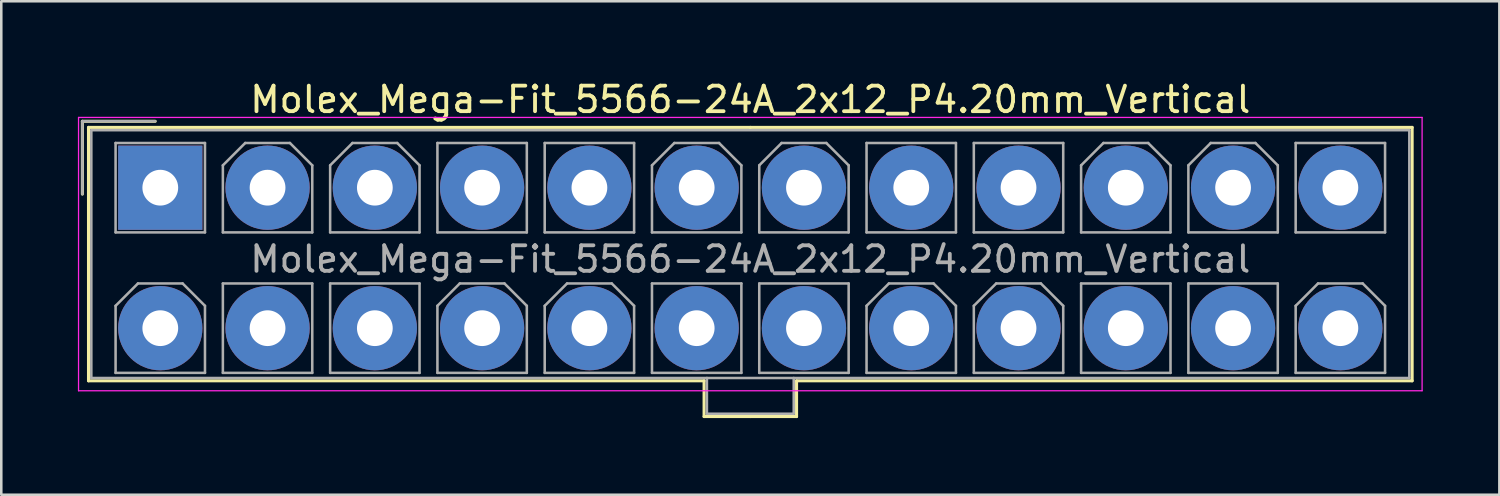
<source format=kicad_pcb>
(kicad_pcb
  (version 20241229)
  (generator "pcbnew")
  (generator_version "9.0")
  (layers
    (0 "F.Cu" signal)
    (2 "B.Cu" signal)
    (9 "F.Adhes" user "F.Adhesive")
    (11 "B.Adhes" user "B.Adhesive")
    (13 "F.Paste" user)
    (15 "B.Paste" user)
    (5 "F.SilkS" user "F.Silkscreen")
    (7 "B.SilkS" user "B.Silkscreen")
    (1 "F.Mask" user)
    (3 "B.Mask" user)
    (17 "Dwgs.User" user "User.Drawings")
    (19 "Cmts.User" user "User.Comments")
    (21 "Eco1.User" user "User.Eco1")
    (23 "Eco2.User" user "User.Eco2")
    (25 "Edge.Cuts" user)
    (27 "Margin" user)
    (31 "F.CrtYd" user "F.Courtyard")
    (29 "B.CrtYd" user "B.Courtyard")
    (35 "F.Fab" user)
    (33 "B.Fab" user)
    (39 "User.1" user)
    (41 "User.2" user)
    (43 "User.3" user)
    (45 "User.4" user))
  (footprint "Molex_Mega-Fit_5566-24A_2x12_P4.20mm_Vertical"
    (layer "F.Cu")
    (at 3.225 4.298)
    (property "Reference" "Molex_Mega-Fit_5566-24A_2x12_P4.20mm_Vertical" (at 23.1 -3.45 0) (layer "F.SilkS") (effects (font (size 1 1) (thickness 0.15))))
    (attr through_hole)
    (fp_line (start -3.05 -2.6) (end -3.05 0.25) (stroke (width 0.12) (type solid)) (layer "F.SilkS"))
    (fp_line (start -2.81 -2.36) (end -2.81 7.56) (stroke (width 0.12) (type solid)) (layer "F.SilkS"))
    (fp_line (start -2.81 7.56) (end 21.29 7.56) (stroke (width 0.12) (type solid)) (layer "F.SilkS"))
    (fp_line (start -0.2 -2.6) (end -3.05 -2.6) (stroke (width 0.12) (type solid)) (layer "F.SilkS"))
    (fp_line (start 21.29 7.56) (end 21.29 8.96) (stroke (width 0.12) (type solid)) (layer "F.SilkS"))
    (fp_line (start 21.29 8.96) (end 23.1 8.96) (stroke (width 0.12) (type solid)) (layer "F.SilkS"))
    (fp_line (start 23.1 -2.36) (end -2.81 -2.36) (stroke (width 0.12) (type solid)) (layer "F.SilkS"))
    (fp_line (start 23.1 -2.36) (end 49.01 -2.36) (stroke (width 0.12) (type solid)) (layer "F.SilkS"))
    (fp_line (start 24.91 7.56) (end 24.91 8.96) (stroke (width 0.12) (type solid)) (layer "F.SilkS"))
    (fp_line (start 24.91 8.96) (end 23.1 8.96) (stroke (width 0.12) (type solid)) (layer "F.SilkS"))
    (fp_line (start 49.01 -2.36) (end 49.01 7.56) (stroke (width 0.12) (type solid)) (layer "F.SilkS"))
    (fp_line (start 49.01 7.56) (end 24.91 7.56) (stroke (width 0.12) (type solid)) (layer "F.SilkS"))
    (fp_line (start -3.2 -2.75) (end -3.2 7.95) (stroke (width 0.05) (type solid)) (layer "F.CrtYd"))
    (fp_line (start -3.2 7.95) (end 49.4 7.95) (stroke (width 0.05) (type solid)) (layer "F.CrtYd"))
    (fp_line (start 49.4 -2.75) (end -3.2 -2.75) (stroke (width 0.05) (type solid)) (layer "F.CrtYd"))
    (fp_line (start 49.4 7.95) (end 49.4 -2.75) (stroke (width 0.05) (type solid)) (layer "F.CrtYd"))
    (fp_line (start -3.05 -2.6) (end -3.05 0.25) (stroke (width 0.1) (type solid)) (layer "F.Fab"))
    (fp_line (start -2.7 -2.25) (end -2.7 7.45) (stroke (width 0.1) (type solid)) (layer "F.Fab"))
    (fp_line (start -2.7 7.45) (end 48.9 7.45) (stroke (width 0.1) (type solid)) (layer "F.Fab"))
    (fp_line (start -1.75 -1.75) (end -1.75 1.75) (stroke (width 0.1) (type solid)) (layer "F.Fab"))
    (fp_line (start -1.75 1.75) (end 1.75 1.75) (stroke (width 0.1) (type solid)) (layer "F.Fab"))
    (fp_line (start -1.75 4.625) (end -0.875 3.75) (stroke (width 0.1) (type solid)) (layer "F.Fab"))
    (fp_line (start -1.75 7.25) (end -1.75 4.625) (stroke (width 0.1) (type solid)) (layer "F.Fab"))
    (fp_line (start -0.875 3.75) (end 0.875 3.75) (stroke (width 0.1) (type solid)) (layer "F.Fab"))
    (fp_line (start -0.2 -2.6) (end -3.05 -2.6) (stroke (width 0.1) (type solid)) (layer "F.Fab"))
    (fp_line (start 0.875 3.75) (end 1.75 4.625) (stroke (width 0.1) (type solid)) (layer "F.Fab"))
    (fp_line (start 1.75 -1.75) (end -1.75 -1.75) (stroke (width 0.1) (type solid)) (layer "F.Fab"))
    (fp_line (start 1.75 1.75) (end 1.75 -1.75) (stroke (width 0.1) (type solid)) (layer "F.Fab"))
    (fp_line (start 1.75 4.625) (end 1.75 7.25) (stroke (width 0.1) (type solid)) (layer "F.Fab"))
    (fp_line (start 1.75 7.25) (end -1.75 7.25) (stroke (width 0.1) (type solid)) (layer "F.Fab"))
    (fp_line (start 2.45 -0.875) (end 3.325 -1.75) (stroke (width 0.1) (type solid)) (layer "F.Fab"))
    (fp_line (start 2.45 1.75) (end 2.45 -0.875) (stroke (width 0.1) (type solid)) (layer "F.Fab"))
    (fp_line (start 2.45 3.75) (end 2.45 7.25) (stroke (width 0.1) (type solid)) (layer "F.Fab"))
    (fp_line (start 2.45 7.25) (end 5.95 7.25) (stroke (width 0.1) (type solid)) (layer "F.Fab"))
    (fp_line (start 3.325 -1.75) (end 5.075 -1.75) (stroke (width 0.1) (type solid)) (layer "F.Fab"))
    (fp_line (start 5.075 -1.75) (end 5.95 -0.875) (stroke (width 0.1) (type solid)) (layer "F.Fab"))
    (fp_line (start 5.95 -0.875) (end 5.95 1.75) (stroke (width 0.1) (type solid)) (layer "F.Fab"))
    (fp_line (start 5.95 1.75) (end 2.45 1.75) (stroke (width 0.1) (type solid)) (layer "F.Fab"))
    (fp_line (start 5.95 3.75) (end 2.45 3.75) (stroke (width 0.1) (type solid)) (layer "F.Fab"))
    (fp_line (start 5.95 7.25) (end 5.95 3.75) (stroke (width 0.1) (type solid)) (layer "F.Fab"))
    (fp_line (start 6.65 -0.875) (end 7.525 -1.75) (stroke (width 0.1) (type solid)) (layer "F.Fab"))
    (fp_line (start 6.65 1.75) (end 6.65 -0.875) (stroke (width 0.1) (type solid)) (layer "F.Fab"))
    (fp_line (start 6.65 3.75) (end 6.65 7.25) (stroke (width 0.1) (type solid)) (layer "F.Fab"))
    (fp_line (start 6.65 7.25) (end 10.15 7.25) (stroke (width 0.1) (type solid)) (layer "F.Fab"))
    (fp_line (start 7.525 -1.75) (end 9.275 -1.75) (stroke (width 0.1) (type solid)) (layer "F.Fab"))
    (fp_line (start 9.275 -1.75) (end 10.15 -0.875) (stroke (width 0.1) (type solid)) (layer "F.Fab"))
    (fp_line (start 10.15 -0.875) (end 10.15 1.75) (stroke (width 0.1) (type solid)) (layer "F.Fab"))
    (fp_line (start 10.15 1.75) (end 6.65 1.75) (stroke (width 0.1) (type solid)) (layer "F.Fab"))
    (fp_line (start 10.15 3.75) (end 6.65 3.75) (stroke (width 0.1) (type solid)) (layer "F.Fab"))
    (fp_line (start 10.15 7.25) (end 10.15 3.75) (stroke (width 0.1) (type solid)) (layer "F.Fab"))
    (fp_line (start 10.85 -1.75) (end 10.85 1.75) (stroke (width 0.1) (type solid)) (layer "F.Fab"))
    (fp_line (start 10.85 1.75) (end 14.35 1.75) (stroke (width 0.1) (type solid)) (layer "F.Fab"))
    (fp_line (start 10.85 4.625) (end 11.725 3.75) (stroke (width 0.1) (type solid)) (layer "F.Fab"))
    (fp_line (start 10.85 7.25) (end 10.85 4.625) (stroke (width 0.1) (type solid)) (layer "F.Fab"))
    (fp_line (start 11.725 3.75) (end 13.475 3.75) (stroke (width 0.1) (type solid)) (layer "F.Fab"))
    (fp_line (start 13.475 3.75) (end 14.35 4.625) (stroke (width 0.1) (type solid)) (layer "F.Fab"))
    (fp_line (start 14.35 -1.75) (end 10.85 -1.75) (stroke (width 0.1) (type solid)) (layer "F.Fab"))
    (fp_line (start 14.35 1.75) (end 14.35 -1.75) (stroke (width 0.1) (type solid)) (layer "F.Fab"))
    (fp_line (start 14.35 4.625) (end 14.35 7.25) (stroke (width 0.1) (type solid)) (layer "F.Fab"))
    (fp_line (start 14.35 7.25) (end 10.85 7.25) (stroke (width 0.1) (type solid)) (layer "F.Fab"))
    (fp_line (start 15.05 -1.75) (end 15.05 1.75) (stroke (width 0.1) (type solid)) (layer "F.Fab"))
    (fp_line (start 15.05 1.75) (end 18.55 1.75) (stroke (width 0.1) (type solid)) (layer "F.Fab"))
    (fp_line (start 15.05 4.625) (end 15.925 3.75) (stroke (width 0.1) (type solid)) (layer "F.Fab"))
    (fp_line (start 15.05 7.25) (end 15.05 4.625) (stroke (width 0.1) (type solid)) (layer "F.Fab"))
    (fp_line (start 15.925 3.75) (end 17.675 3.75) (stroke (width 0.1) (type solid)) (layer "F.Fab"))
    (fp_line (start 17.675 3.75) (end 18.55 4.625) (stroke (width 0.1) (type solid)) (layer "F.Fab"))
    (fp_line (start 18.55 -1.75) (end 15.05 -1.75) (stroke (width 0.1) (type solid)) (layer "F.Fab"))
    (fp_line (start 18.55 1.75) (end 18.55 -1.75) (stroke (width 0.1) (type solid)) (layer "F.Fab"))
    (fp_line (start 18.55 4.625) (end 18.55 7.25) (stroke (width 0.1) (type solid)) (layer "F.Fab"))
    (fp_line (start 18.55 7.25) (end 15.05 7.25) (stroke (width 0.1) (type solid)) (layer "F.Fab"))
    (fp_line (start 19.25 -0.875) (end 20.125 -1.75) (stroke (width 0.1) (type solid)) (layer "F.Fab"))
    (fp_line (start 19.25 1.75) (end 19.25 -0.875) (stroke (width 0.1) (type solid)) (layer "F.Fab"))
    (fp_line (start 19.25 3.75) (end 19.25 7.25) (stroke (width 0.1) (type solid)) (layer "F.Fab"))
    (fp_line (start 19.25 7.25) (end 22.75 7.25) (stroke (width 0.1) (type solid)) (layer "F.Fab"))
    (fp_line (start 20.125 -1.75) (end 21.875 -1.75) (stroke (width 0.1) (type solid)) (layer "F.Fab"))
    (fp_line (start 21.4 7.45) (end 21.4 8.85) (stroke (width 0.1) (type solid)) (layer "F.Fab"))
    (fp_line (start 21.4 8.85) (end 24.8 8.85) (stroke (width 0.1) (type solid)) (layer "F.Fab"))
    (fp_line (start 21.875 -1.75) (end 22.75 -0.875) (stroke (width 0.1) (type solid)) (layer "F.Fab"))
    (fp_line (start 22.75 -0.875) (end 22.75 1.75) (stroke (width 0.1) (type solid)) (layer "F.Fab"))
    (fp_line (start 22.75 1.75) (end 19.25 1.75) (stroke (width 0.1) (type solid)) (layer "F.Fab"))
    (fp_line (start 22.75 3.75) (end 19.25 3.75) (stroke (width 0.1) (type solid)) (layer "F.Fab"))
    (fp_line (start 22.75 7.25) (end 22.75 3.75) (stroke (width 0.1) (type solid)) (layer "F.Fab"))
    (fp_line (start 23.45 -0.875) (end 24.325 -1.75) (stroke (width 0.1) (type solid)) (layer "F.Fab"))
    (fp_line (start 23.45 1.75) (end 23.45 -0.875) (stroke (width 0.1) (type solid)) (layer "F.Fab"))
    (fp_line (start 23.45 3.75) (end 23.45 7.25) (stroke (width 0.1) (type solid)) (layer "F.Fab"))
    (fp_line (start 23.45 7.25) (end 26.95 7.25) (stroke (width 0.1) (type solid)) (layer "F.Fab"))
    (fp_line (start 24.325 -1.75) (end 26.075 -1.75) (stroke (width 0.1) (type solid)) (layer "F.Fab"))
    (fp_line (start 24.8 8.85) (end 24.8 7.45) (stroke (width 0.1) (type solid)) (layer "F.Fab"))
    (fp_line (start 26.075 -1.75) (end 26.95 -0.875) (stroke (width 0.1) (type solid)) (layer "F.Fab"))
    (fp_line (start 26.95 -0.875) (end 26.95 1.75) (stroke (width 0.1) (type solid)) (layer "F.Fab"))
    (fp_line (start 26.95 1.75) (end 23.45 1.75) (stroke (width 0.1) (type solid)) (layer "F.Fab"))
    (fp_line (start 26.95 3.75) (end 23.45 3.75) (stroke (width 0.1) (type solid)) (layer "F.Fab"))
    (fp_line (start 26.95 7.25) (end 26.95 3.75) (stroke (width 0.1) (type solid)) (layer "F.Fab"))
    (fp_line (start 27.65 -1.75) (end 27.65 1.75) (stroke (width 0.1) (type solid)) (layer "F.Fab"))
    (fp_line (start 27.65 1.75) (end 31.15 1.75) (stroke (width 0.1) (type solid)) (layer "F.Fab"))
    (fp_line (start 27.65 4.625) (end 28.525 3.75) (stroke (width 0.1) (type solid)) (layer "F.Fab"))
    (fp_line (start 27.65 7.25) (end 27.65 4.625) (stroke (width 0.1) (type solid)) (layer "F.Fab"))
    (fp_line (start 28.525 3.75) (end 30.275 3.75) (stroke (width 0.1) (type solid)) (layer "F.Fab"))
    (fp_line (start 30.275 3.75) (end 31.15 4.625) (stroke (width 0.1) (type solid)) (layer "F.Fab"))
    (fp_line (start 31.15 -1.75) (end 27.65 -1.75) (stroke (width 0.1) (type solid)) (layer "F.Fab"))
    (fp_line (start 31.15 1.75) (end 31.15 -1.75) (stroke (width 0.1) (type solid)) (layer "F.Fab"))
    (fp_line (start 31.15 4.625) (end 31.15 7.25) (stroke (width 0.1) (type solid)) (layer "F.Fab"))
    (fp_line (start 31.15 7.25) (end 27.65 7.25) (stroke (width 0.1) (type solid)) (layer "F.Fab"))
    (fp_line (start 31.85 -1.75) (end 31.85 1.75) (stroke (width 0.1) (type solid)) (layer "F.Fab"))
    (fp_line (start 31.85 1.75) (end 35.35 1.75) (stroke (width 0.1) (type solid)) (layer "F.Fab"))
    (fp_line (start 31.85 4.625) (end 32.725 3.75) (stroke (width 0.1) (type solid)) (layer "F.Fab"))
    (fp_line (start 31.85 7.25) (end 31.85 4.625) (stroke (width 0.1) (type solid)) (layer "F.Fab"))
    (fp_line (start 32.725 3.75) (end 34.475 3.75) (stroke (width 0.1) (type solid)) (layer "F.Fab"))
    (fp_line (start 34.475 3.75) (end 35.35 4.625) (stroke (width 0.1) (type solid)) (layer "F.Fab"))
    (fp_line (start 35.35 -1.75) (end 31.85 -1.75) (stroke (width 0.1) (type solid)) (layer "F.Fab"))
    (fp_line (start 35.35 1.75) (end 35.35 -1.75) (stroke (width 0.1) (type solid)) (layer "F.Fab"))
    (fp_line (start 35.35 4.625) (end 35.35 7.25) (stroke (width 0.1) (type solid)) (layer "F.Fab"))
    (fp_line (start 35.35 7.25) (end 31.85 7.25) (stroke (width 0.1) (type solid)) (layer "F.Fab"))
    (fp_line (start 36.05 -0.875) (end 36.925 -1.75) (stroke (width 0.1) (type solid)) (layer "F.Fab"))
    (fp_line (start 36.05 1.75) (end 36.05 -0.875) (stroke (width 0.1) (type solid)) (layer "F.Fab"))
    (fp_line (start 36.05 3.75) (end 36.05 7.25) (stroke (width 0.1) (type solid)) (layer "F.Fab"))
    (fp_line (start 36.05 7.25) (end 39.55 7.25) (stroke (width 0.1) (type solid)) (layer "F.Fab"))
    (fp_line (start 36.925 -1.75) (end 38.675 -1.75) (stroke (width 0.1) (type solid)) (layer "F.Fab"))
    (fp_line (start 38.675 -1.75) (end 39.55 -0.875) (stroke (width 0.1) (type solid)) (layer "F.Fab"))
    (fp_line (start 39.55 -0.875) (end 39.55 1.75) (stroke (width 0.1) (type solid)) (layer "F.Fab"))
    (fp_line (start 39.55 1.75) (end 36.05 1.75) (stroke (width 0.1) (type solid)) (layer "F.Fab"))
    (fp_line (start 39.55 3.75) (end 36.05 3.75) (stroke (width 0.1) (type solid)) (layer "F.Fab"))
    (fp_line (start 39.55 7.25) (end 39.55 3.75) (stroke (width 0.1) (type solid)) (layer "F.Fab"))
    (fp_line (start 40.25 -0.875) (end 41.125 -1.75) (stroke (width 0.1) (type solid)) (layer "F.Fab"))
    (fp_line (start 40.25 1.75) (end 40.25 -0.875) (stroke (width 0.1) (type solid)) (layer "F.Fab"))
    (fp_line (start 40.25 3.75) (end 40.25 7.25) (stroke (width 0.1) (type solid)) (layer "F.Fab"))
    (fp_line (start 40.25 7.25) (end 43.75 7.25) (stroke (width 0.1) (type solid)) (layer "F.Fab"))
    (fp_line (start 41.125 -1.75) (end 42.875 -1.75) (stroke (width 0.1) (type solid)) (layer "F.Fab"))
    (fp_line (start 42.875 -1.75) (end 43.75 -0.875) (stroke (width 0.1) (type solid)) (layer "F.Fab"))
    (fp_line (start 43.75 -0.875) (end 43.75 1.75) (stroke (width 0.1) (type solid)) (layer "F.Fab"))
    (fp_line (start 43.75 1.75) (end 40.25 1.75) (stroke (width 0.1) (type solid)) (layer "F.Fab"))
    (fp_line (start 43.75 3.75) (end 40.25 3.75) (stroke (width 0.1) (type solid)) (layer "F.Fab"))
    (fp_line (start 43.75 7.25) (end 43.75 3.75) (stroke (width 0.1) (type solid)) (layer "F.Fab"))
    (fp_line (start 44.45 -1.75) (end 44.45 1.75) (stroke (width 0.1) (type solid)) (layer "F.Fab"))
    (fp_line (start 44.45 1.75) (end 47.95 1.75) (stroke (width 0.1) (type solid)) (layer "F.Fab"))
    (fp_line (start 44.45 4.625) (end 45.325 3.75) (stroke (width 0.1) (type solid)) (layer "F.Fab"))
    (fp_line (start 44.45 7.25) (end 44.45 4.625) (stroke (width 0.1) (type solid)) (layer "F.Fab"))
    (fp_line (start 45.325 3.75) (end 47.075 3.75) (stroke (width 0.1) (type solid)) (layer "F.Fab"))
    (fp_line (start 47.075 3.75) (end 47.95 4.625) (stroke (width 0.1) (type solid)) (layer "F.Fab"))
    (fp_line (start 47.95 -1.75) (end 44.45 -1.75) (stroke (width 0.1) (type solid)) (layer "F.Fab"))
    (fp_line (start 47.95 1.75) (end 47.95 -1.75) (stroke (width 0.1) (type solid)) (layer "F.Fab"))
    (fp_line (start 47.95 4.625) (end 47.95 7.25) (stroke (width 0.1) (type solid)) (layer "F.Fab"))
    (fp_line (start 47.95 7.25) (end 44.45 7.25) (stroke (width 0.1) (type solid)) (layer "F.Fab"))
    (fp_line (start 48.9 -2.25) (end -2.7 -2.25) (stroke (width 0.1) (type solid)) (layer "F.Fab"))
    (fp_line (start 48.9 7.45) (end 48.9 -2.25) (stroke (width 0.1) (type solid)) (layer "F.Fab"))
    (fp_text user "${REFERENCE}" (at 23.1 2.8 0) (layer "F.Fab") (effects (font (size 1 1) (thickness 0.15))))
    (pad "1" thru_hole rect (at 0 0) (size 3.3 3.3) (drill 1.4) (layers "*.Cu" "*.Mask"))
    (pad "2" thru_hole circle (at 4.2 0) (size 3.3 3.3) (drill 1.4) (layers "*.Cu" "*.Mask"))
    (pad "3" thru_hole circle (at 8.4 0) (size 3.3 3.3) (drill 1.4) (layers "*.Cu" "*.Mask"))
    (pad "4" thru_hole circle (at 12.6 0) (size 3.3 3.3) (drill 1.4) (layers "*.Cu" "*.Mask"))
    (pad "5" thru_hole circle (at 16.8 0) (size 3.3 3.3) (drill 1.4) (layers "*.Cu" "*.Mask"))
    (pad "6" thru_hole circle (at 21 0) (size 3.3 3.3) (drill 1.4) (layers "*.Cu" "*.Mask"))
    (pad "7" thru_hole circle (at 25.2 0) (size 3.3 3.3) (drill 1.4) (layers "*.Cu" "*.Mask"))
    (pad "8" thru_hole circle (at 29.4 0) (size 3.3 3.3) (drill 1.4) (layers "*.Cu" "*.Mask"))
    (pad "9" thru_hole circle (at 33.6 0) (size 3.3 3.3) (drill 1.4) (layers "*.Cu" "*.Mask"))
    (pad "10" thru_hole circle (at 37.8 0) (size 3.3 3.3) (drill 1.4) (layers "*.Cu" "*.Mask"))
    (pad "11" thru_hole circle (at 42 0) (size 3.3 3.3) (drill 1.4) (layers "*.Cu" "*.Mask"))
    (pad "12" thru_hole circle (at 46.2 0) (size 3.3 3.3) (drill 1.4) (layers "*.Cu" "*.Mask"))
    (pad "13" thru_hole circle (at 0 5.5) (size 3.3 3.3) (drill 1.4) (layers "*.Cu" "*.Mask"))
    (pad "14" thru_hole circle (at 4.2 5.5) (size 3.3 3.3) (drill 1.4) (layers "*.Cu" "*.Mask"))
    (pad "15" thru_hole circle (at 8.4 5.5) (size 3.3 3.3) (drill 1.4) (layers "*.Cu" "*.Mask"))
    (pad "16" thru_hole circle (at 12.6 5.5) (size 3.3 3.3) (drill 1.4) (layers "*.Cu" "*.Mask"))
    (pad "17" thru_hole circle (at 16.8 5.5) (size 3.3 3.3) (drill 1.4) (layers "*.Cu" "*.Mask"))
    (pad "18" thru_hole circle (at 21 5.5) (size 3.3 3.3) (drill 1.4) (layers "*.Cu" "*.Mask"))
    (pad "19" thru_hole circle (at 25.2 5.5) (size 3.3 3.3) (drill 1.4) (layers "*.Cu" "*.Mask"))
    (pad "20" thru_hole circle (at 29.4 5.5) (size 3.3 3.3) (drill 1.4) (layers "*.Cu" "*.Mask"))
    (pad "21" thru_hole circle (at 33.6 5.5) (size 3.3 3.3) (drill 1.4) (layers "*.Cu" "*.Mask"))
    (pad "22" thru_hole circle (at 37.8 5.5) (size 3.3 3.3) (drill 1.4) (layers "*.Cu" "*.Mask"))
    (pad "23" thru_hole circle (at 42 5.5) (size 3.3 3.3) (drill 1.4) (layers "*.Cu" "*.Mask"))
    (pad "24" thru_hole circle (at 46.2 5.5) (size 3.3 3.3) (drill 1.4) (layers "*.Cu" "*.Mask")))
  (gr_rect
    (start -3 -3)
    (end 55.65 16.318)
    (stroke (width 0.1) (type default))
    (fill no)
    (layer "Edge.Cuts")))
</source>
